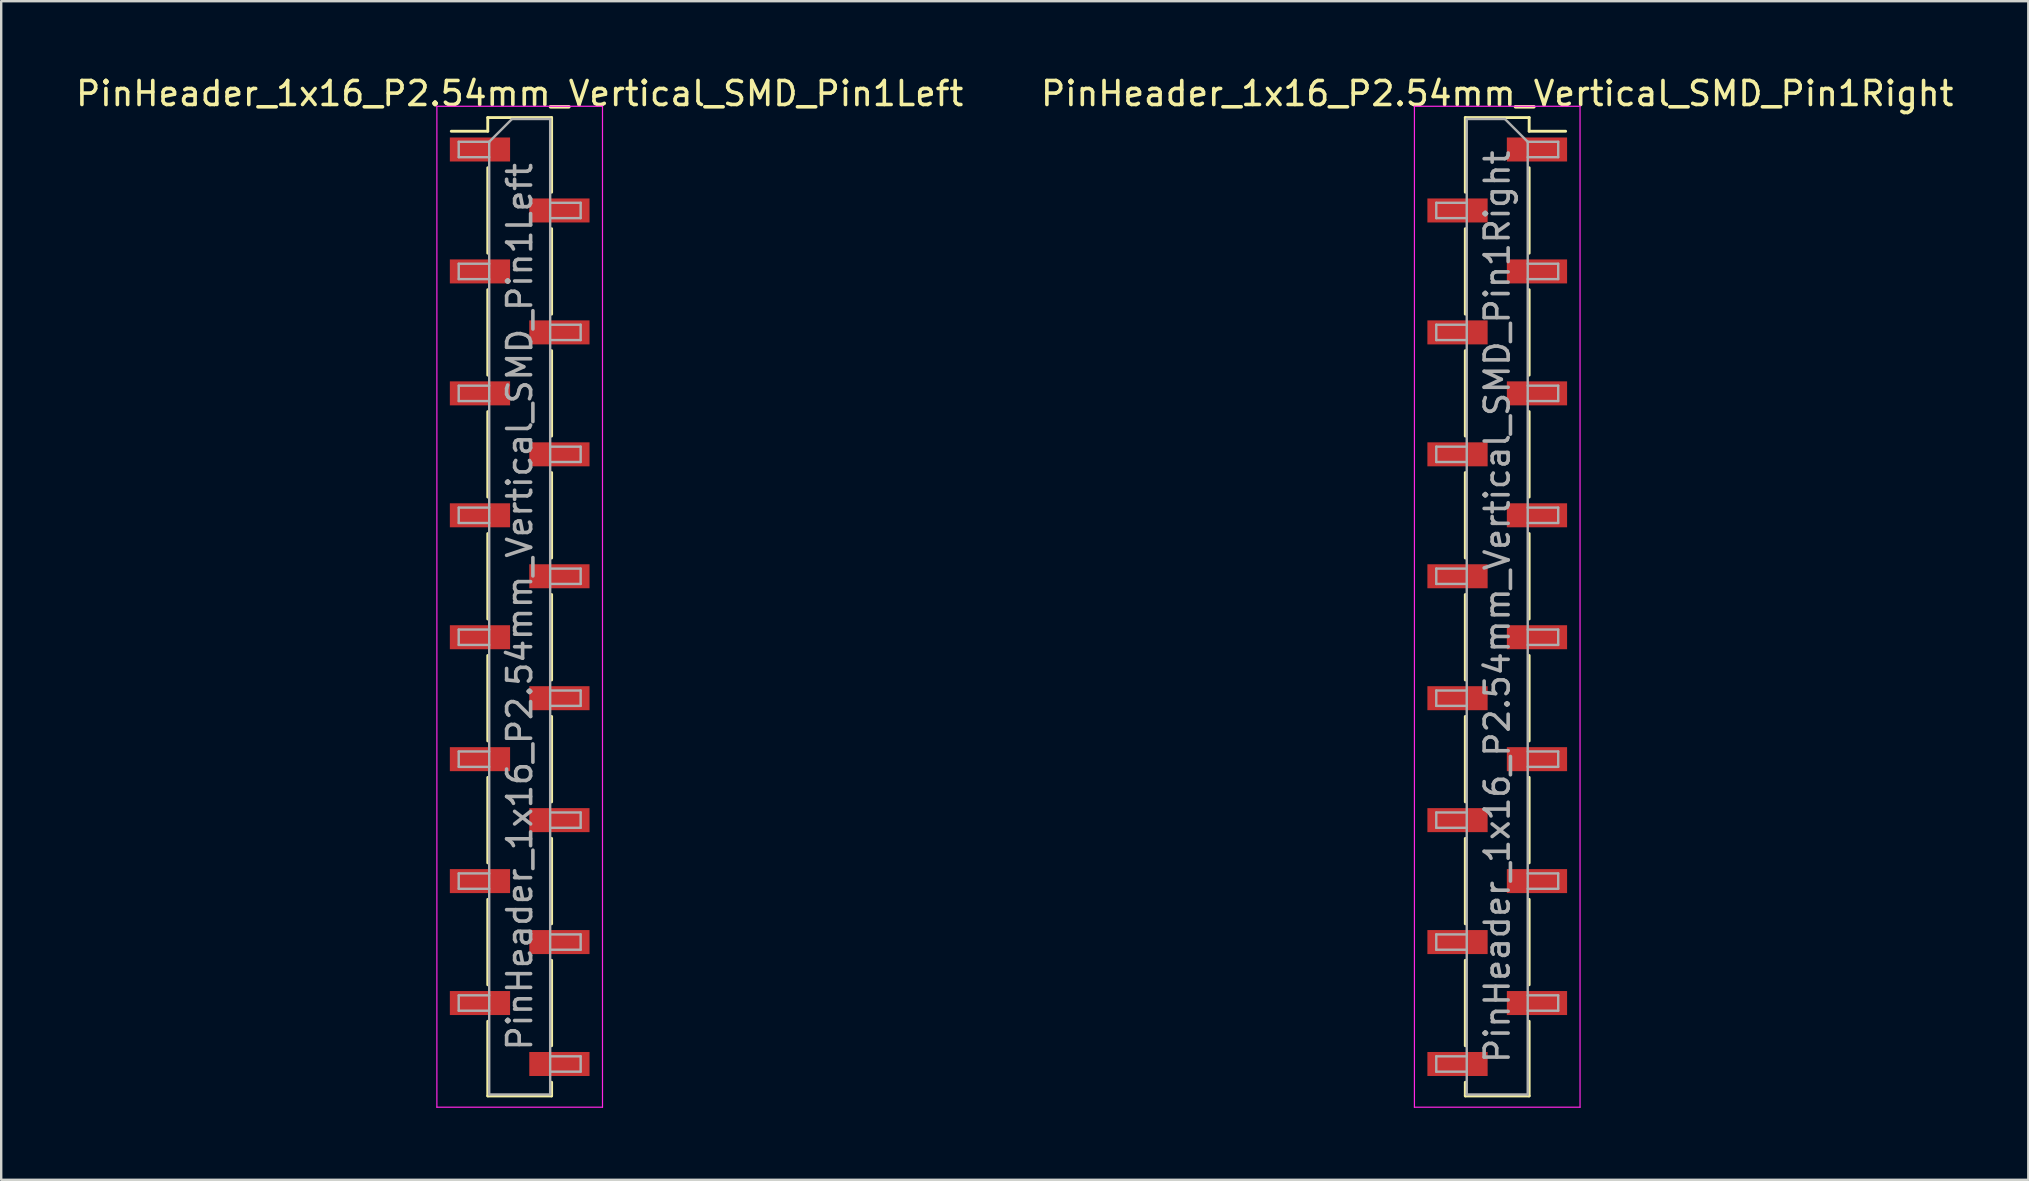
<source format=kicad_pcb>
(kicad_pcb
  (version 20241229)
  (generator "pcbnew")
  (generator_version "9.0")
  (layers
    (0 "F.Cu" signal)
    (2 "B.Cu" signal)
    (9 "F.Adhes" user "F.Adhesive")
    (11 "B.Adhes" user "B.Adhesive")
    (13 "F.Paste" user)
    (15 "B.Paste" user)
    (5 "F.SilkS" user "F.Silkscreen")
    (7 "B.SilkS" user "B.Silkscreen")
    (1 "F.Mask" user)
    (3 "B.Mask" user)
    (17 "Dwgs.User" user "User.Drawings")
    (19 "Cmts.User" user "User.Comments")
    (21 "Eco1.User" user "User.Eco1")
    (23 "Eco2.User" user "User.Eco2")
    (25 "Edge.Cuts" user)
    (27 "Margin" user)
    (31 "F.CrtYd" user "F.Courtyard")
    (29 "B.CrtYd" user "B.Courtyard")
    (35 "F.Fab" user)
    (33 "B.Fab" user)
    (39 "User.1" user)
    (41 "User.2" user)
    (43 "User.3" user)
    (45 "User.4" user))
  (footprint "PinHeader_1x16_P2.54mm_Vertical_SMD_Pin1Right"
    (layer "F.Cu")
    (at 59.327 22.228)
    (property "Reference" "PinHeader_1x16_P2.54mm_Vertical_SMD_Pin1Right" (at 0 -21.38 0) (layer "F.SilkS") (effects (font (size 1 1) (thickness 0.15))))
    (attr smd)
    (fp_line (start -1.33 -20.38) (end -1.33 -17.27) (stroke (width 0.12) (type solid)) (layer "F.SilkS"))
    (fp_line (start -1.33 -20.38) (end 1.33 -20.38) (stroke (width 0.12) (type solid)) (layer "F.SilkS"))
    (fp_line (start -1.33 -15.75) (end -1.33 -12.19) (stroke (width 0.12) (type solid)) (layer "F.SilkS"))
    (fp_line (start -1.33 -10.67) (end -1.33 -7.11) (stroke (width 0.12) (type solid)) (layer "F.SilkS"))
    (fp_line (start -1.33 -5.59) (end -1.33 -2.03) (stroke (width 0.12) (type solid)) (layer "F.SilkS"))
    (fp_line (start -1.33 -0.51) (end -1.33 3.05) (stroke (width 0.12) (type solid)) (layer "F.SilkS"))
    (fp_line (start -1.33 4.57) (end -1.33 8.13) (stroke (width 0.12) (type solid)) (layer "F.SilkS"))
    (fp_line (start -1.33 9.65) (end -1.33 13.21) (stroke (width 0.12) (type solid)) (layer "F.SilkS"))
    (fp_line (start -1.33 14.73) (end -1.33 18.29) (stroke (width 0.12) (type solid)) (layer "F.SilkS"))
    (fp_line (start -1.33 19.81) (end -1.33 20.38) (stroke (width 0.12) (type solid)) (layer "F.SilkS"))
    (fp_line (start -1.33 20.38) (end 1.33 20.38) (stroke (width 0.12) (type solid)) (layer "F.SilkS"))
    (fp_line (start 1.33 -20.38) (end 1.33 -19.81) (stroke (width 0.12) (type solid)) (layer "F.SilkS"))
    (fp_line (start 1.33 -19.81) (end 2.85 -19.81) (stroke (width 0.12) (type solid)) (layer "F.SilkS"))
    (fp_line (start 1.33 -18.29) (end 1.33 -14.73) (stroke (width 0.12) (type solid)) (layer "F.SilkS"))
    (fp_line (start 1.33 -13.21) (end 1.33 -9.65) (stroke (width 0.12) (type solid)) (layer "F.SilkS"))
    (fp_line (start 1.33 -8.13) (end 1.33 -4.57) (stroke (width 0.12) (type solid)) (layer "F.SilkS"))
    (fp_line (start 1.33 -3.05) (end 1.33 0.51) (stroke (width 0.12) (type solid)) (layer "F.SilkS"))
    (fp_line (start 1.33 2.03) (end 1.33 5.59) (stroke (width 0.12) (type solid)) (layer "F.SilkS"))
    (fp_line (start 1.33 7.11) (end 1.33 10.67) (stroke (width 0.12) (type solid)) (layer "F.SilkS"))
    (fp_line (start 1.33 12.19) (end 1.33 15.75) (stroke (width 0.12) (type solid)) (layer "F.SilkS"))
    (fp_line (start 1.33 17.27) (end 1.33 20.38) (stroke (width 0.12) (type solid)) (layer "F.SilkS"))
    (fp_line (start -3.45 -20.85) (end -3.45 20.85) (stroke (width 0.05) (type solid)) (layer "F.CrtYd"))
    (fp_line (start -3.45 20.85) (end 3.45 20.85) (stroke (width 0.05) (type solid)) (layer "F.CrtYd"))
    (fp_line (start 3.45 -20.85) (end -3.45 -20.85) (stroke (width 0.05) (type solid)) (layer "F.CrtYd"))
    (fp_line (start 3.45 20.85) (end 3.45 -20.85) (stroke (width 0.05) (type solid)) (layer "F.CrtYd"))
    (fp_line (start -2.54 -16.83) (end -2.54 -16.19) (stroke (width 0.1) (type solid)) (layer "F.Fab"))
    (fp_line (start -2.54 -16.19) (end -1.27 -16.19) (stroke (width 0.1) (type solid)) (layer "F.Fab"))
    (fp_line (start -2.54 -11.75) (end -2.54 -11.11) (stroke (width 0.1) (type solid)) (layer "F.Fab"))
    (fp_line (start -2.54 -11.11) (end -1.27 -11.11) (stroke (width 0.1) (type solid)) (layer "F.Fab"))
    (fp_line (start -2.54 -6.67) (end -2.54 -6.03) (stroke (width 0.1) (type solid)) (layer "F.Fab"))
    (fp_line (start -2.54 -6.03) (end -1.27 -6.03) (stroke (width 0.1) (type solid)) (layer "F.Fab"))
    (fp_line (start -2.54 -1.59) (end -2.54 -0.95) (stroke (width 0.1) (type solid)) (layer "F.Fab"))
    (fp_line (start -2.54 -0.95) (end -1.27 -0.95) (stroke (width 0.1) (type solid)) (layer "F.Fab"))
    (fp_line (start -2.54 3.49) (end -2.54 4.13) (stroke (width 0.1) (type solid)) (layer "F.Fab"))
    (fp_line (start -2.54 4.13) (end -1.27 4.13) (stroke (width 0.1) (type solid)) (layer "F.Fab"))
    (fp_line (start -2.54 8.57) (end -2.54 9.21) (stroke (width 0.1) (type solid)) (layer "F.Fab"))
    (fp_line (start -2.54 9.21) (end -1.27 9.21) (stroke (width 0.1) (type solid)) (layer "F.Fab"))
    (fp_line (start -2.54 13.65) (end -2.54 14.29) (stroke (width 0.1) (type solid)) (layer "F.Fab"))
    (fp_line (start -2.54 14.29) (end -1.27 14.29) (stroke (width 0.1) (type solid)) (layer "F.Fab"))
    (fp_line (start -2.54 18.73) (end -2.54 19.37) (stroke (width 0.1) (type solid)) (layer "F.Fab"))
    (fp_line (start -2.54 19.37) (end -1.27 19.37) (stroke (width 0.1) (type solid)) (layer "F.Fab"))
    (fp_line (start -1.27 -20.32) (end -1.27 20.32) (stroke (width 0.1) (type solid)) (layer "F.Fab"))
    (fp_line (start -1.27 -20.32) (end 0.32 -20.32) (stroke (width 0.1) (type solid)) (layer "F.Fab"))
    (fp_line (start -1.27 -16.83) (end -2.54 -16.83) (stroke (width 0.1) (type solid)) (layer "F.Fab"))
    (fp_line (start -1.27 -11.75) (end -2.54 -11.75) (stroke (width 0.1) (type solid)) (layer "F.Fab"))
    (fp_line (start -1.27 -6.67) (end -2.54 -6.67) (stroke (width 0.1) (type solid)) (layer "F.Fab"))
    (fp_line (start -1.27 -1.59) (end -2.54 -1.59) (stroke (width 0.1) (type solid)) (layer "F.Fab"))
    (fp_line (start -1.27 3.49) (end -2.54 3.49) (stroke (width 0.1) (type solid)) (layer "F.Fab"))
    (fp_line (start -1.27 8.57) (end -2.54 8.57) (stroke (width 0.1) (type solid)) (layer "F.Fab"))
    (fp_line (start -1.27 13.65) (end -2.54 13.65) (stroke (width 0.1) (type solid)) (layer "F.Fab"))
    (fp_line (start -1.27 18.73) (end -2.54 18.73) (stroke (width 0.1) (type solid)) (layer "F.Fab"))
    (fp_line (start 1.27 -19.37) (end 0.32 -20.32) (stroke (width 0.1) (type solid)) (layer "F.Fab"))
    (fp_line (start 1.27 -19.37) (end 2.54 -19.37) (stroke (width 0.1) (type solid)) (layer "F.Fab"))
    (fp_line (start 1.27 -14.29) (end 2.54 -14.29) (stroke (width 0.1) (type solid)) (layer "F.Fab"))
    (fp_line (start 1.27 -9.21) (end 2.54 -9.21) (stroke (width 0.1) (type solid)) (layer "F.Fab"))
    (fp_line (start 1.27 -4.13) (end 2.54 -4.13) (stroke (width 0.1) (type solid)) (layer "F.Fab"))
    (fp_line (start 1.27 0.95) (end 2.54 0.95) (stroke (width 0.1) (type solid)) (layer "F.Fab"))
    (fp_line (start 1.27 6.03) (end 2.54 6.03) (stroke (width 0.1) (type solid)) (layer "F.Fab"))
    (fp_line (start 1.27 11.11) (end 2.54 11.11) (stroke (width 0.1) (type solid)) (layer "F.Fab"))
    (fp_line (start 1.27 16.19) (end 2.54 16.19) (stroke (width 0.1) (type solid)) (layer "F.Fab"))
    (fp_line (start 1.27 20.32) (end -1.27 20.32) (stroke (width 0.1) (type solid)) (layer "F.Fab"))
    (fp_line (start 1.27 20.32) (end 1.27 -19.37) (stroke (width 0.1) (type solid)) (layer "F.Fab"))
    (fp_line (start 2.54 -19.37) (end 2.54 -18.73) (stroke (width 0.1) (type solid)) (layer "F.Fab"))
    (fp_line (start 2.54 -18.73) (end 1.27 -18.73) (stroke (width 0.1) (type solid)) (layer "F.Fab"))
    (fp_line (start 2.54 -14.29) (end 2.54 -13.65) (stroke (width 0.1) (type solid)) (layer "F.Fab"))
    (fp_line (start 2.54 -13.65) (end 1.27 -13.65) (stroke (width 0.1) (type solid)) (layer "F.Fab"))
    (fp_line (start 2.54 -9.21) (end 2.54 -8.57) (stroke (width 0.1) (type solid)) (layer "F.Fab"))
    (fp_line (start 2.54 -8.57) (end 1.27 -8.57) (stroke (width 0.1) (type solid)) (layer "F.Fab"))
    (fp_line (start 2.54 -4.13) (end 2.54 -3.49) (stroke (width 0.1) (type solid)) (layer "F.Fab"))
    (fp_line (start 2.54 -3.49) (end 1.27 -3.49) (stroke (width 0.1) (type solid)) (layer "F.Fab"))
    (fp_line (start 2.54 0.95) (end 2.54 1.59) (stroke (width 0.1) (type solid)) (layer "F.Fab"))
    (fp_line (start 2.54 1.59) (end 1.27 1.59) (stroke (width 0.1) (type solid)) (layer "F.Fab"))
    (fp_line (start 2.54 6.03) (end 2.54 6.67) (stroke (width 0.1) (type solid)) (layer "F.Fab"))
    (fp_line (start 2.54 6.67) (end 1.27 6.67) (stroke (width 0.1) (type solid)) (layer "F.Fab"))
    (fp_line (start 2.54 11.11) (end 2.54 11.75) (stroke (width 0.1) (type solid)) (layer "F.Fab"))
    (fp_line (start 2.54 11.75) (end 1.27 11.75) (stroke (width 0.1) (type solid)) (layer "F.Fab"))
    (fp_line (start 2.54 16.19) (end 2.54 16.83) (stroke (width 0.1) (type solid)) (layer "F.Fab"))
    (fp_line (start 2.54 16.83) (end 1.27 16.83) (stroke (width 0.1) (type solid)) (layer "F.Fab"))
    (fp_text user "${REFERENCE}" (at 0 0 90) (layer "F.Fab") (effects (font (size 1 1) (thickness 0.15))))
    (pad "1" smd rect (at 1.655 -19.05) (size 2.51 1) (layers "F.Cu" "F.Mask" "F.Paste"))
    (pad "2" smd rect (at -1.655 -16.51) (size 2.51 1) (layers "F.Cu" "F.Mask" "F.Paste"))
    (pad "3" smd rect (at 1.655 -13.97) (size 2.51 1) (layers "F.Cu" "F.Mask" "F.Paste"))
    (pad "4" smd rect (at -1.655 -11.43) (size 2.51 1) (layers "F.Cu" "F.Mask" "F.Paste"))
    (pad "5" smd rect (at 1.655 -8.89) (size 2.51 1) (layers "F.Cu" "F.Mask" "F.Paste"))
    (pad "6" smd rect (at -1.655 -6.35) (size 2.51 1) (layers "F.Cu" "F.Mask" "F.Paste"))
    (pad "7" smd rect (at 1.655 -3.81) (size 2.51 1) (layers "F.Cu" "F.Mask" "F.Paste"))
    (pad "8" smd rect (at -1.655 -1.27) (size 2.51 1) (layers "F.Cu" "F.Mask" "F.Paste"))
    (pad "9" smd rect (at 1.655 1.27) (size 2.51 1) (layers "F.Cu" "F.Mask" "F.Paste"))
    (pad "10" smd rect (at -1.655 3.81) (size 2.51 1) (layers "F.Cu" "F.Mask" "F.Paste"))
    (pad "11" smd rect (at 1.655 6.35) (size 2.51 1) (layers "F.Cu" "F.Mask" "F.Paste"))
    (pad "12" smd rect (at -1.655 8.89) (size 2.51 1) (layers "F.Cu" "F.Mask" "F.Paste"))
    (pad "13" smd rect (at 1.655 11.43) (size 2.51 1) (layers "F.Cu" "F.Mask" "F.Paste"))
    (pad "14" smd rect (at -1.655 13.97) (size 2.51 1) (layers "F.Cu" "F.Mask" "F.Paste"))
    (pad "15" smd rect (at 1.655 16.51) (size 2.51 1) (layers "F.Cu" "F.Mask" "F.Paste"))
    (pad "16" smd rect (at -1.655 19.05) (size 2.51 1) (layers "F.Cu" "F.Mask" "F.Paste")))
  (footprint "PinHeader_1x16_P2.54mm_Vertical_SMD_Pin1Left"
    (layer "F.Cu")
    (at 18.601 22.228)
    (property "Reference" "PinHeader_1x16_P2.54mm_Vertical_SMD_Pin1Left" (at 0 -21.38 0) (layer "F.SilkS") (effects (font (size 1 1) (thickness 0.15))))
    (attr smd)
    (fp_line (start -1.33 -20.38) (end -1.33 -19.81) (stroke (width 0.12) (type solid)) (layer "F.SilkS"))
    (fp_line (start -1.33 -20.38) (end 1.33 -20.38) (stroke (width 0.12) (type solid)) (layer "F.SilkS"))
    (fp_line (start -1.33 -19.81) (end -2.85 -19.81) (stroke (width 0.12) (type solid)) (layer "F.SilkS"))
    (fp_line (start -1.33 -18.29) (end -1.33 -14.73) (stroke (width 0.12) (type solid)) (layer "F.SilkS"))
    (fp_line (start -1.33 -13.21) (end -1.33 -9.65) (stroke (width 0.12) (type solid)) (layer "F.SilkS"))
    (fp_line (start -1.33 -8.13) (end -1.33 -4.57) (stroke (width 0.12) (type solid)) (layer "F.SilkS"))
    (fp_line (start -1.33 -3.05) (end -1.33 0.51) (stroke (width 0.12) (type solid)) (layer "F.SilkS"))
    (fp_line (start -1.33 2.03) (end -1.33 5.59) (stroke (width 0.12) (type solid)) (layer "F.SilkS"))
    (fp_line (start -1.33 7.11) (end -1.33 10.67) (stroke (width 0.12) (type solid)) (layer "F.SilkS"))
    (fp_line (start -1.33 12.19) (end -1.33 15.75) (stroke (width 0.12) (type solid)) (layer "F.SilkS"))
    (fp_line (start -1.33 17.27) (end -1.33 20.38) (stroke (width 0.12) (type solid)) (layer "F.SilkS"))
    (fp_line (start -1.33 20.38) (end 1.33 20.38) (stroke (width 0.12) (type solid)) (layer "F.SilkS"))
    (fp_line (start 1.33 -20.38) (end 1.33 -17.27) (stroke (width 0.12) (type solid)) (layer "F.SilkS"))
    (fp_line (start 1.33 -15.75) (end 1.33 -12.19) (stroke (width 0.12) (type solid)) (layer "F.SilkS"))
    (fp_line (start 1.33 -10.67) (end 1.33 -7.11) (stroke (width 0.12) (type solid)) (layer "F.SilkS"))
    (fp_line (start 1.33 -5.59) (end 1.33 -2.03) (stroke (width 0.12) (type solid)) (layer "F.SilkS"))
    (fp_line (start 1.33 -0.51) (end 1.33 3.05) (stroke (width 0.12) (type solid)) (layer "F.SilkS"))
    (fp_line (start 1.33 4.57) (end 1.33 8.13) (stroke (width 0.12) (type solid)) (layer "F.SilkS"))
    (fp_line (start 1.33 9.65) (end 1.33 13.21) (stroke (width 0.12) (type solid)) (layer "F.SilkS"))
    (fp_line (start 1.33 14.73) (end 1.33 18.29) (stroke (width 0.12) (type solid)) (layer "F.SilkS"))
    (fp_line (start 1.33 19.81) (end 1.33 20.38) (stroke (width 0.12) (type solid)) (layer "F.SilkS"))
    (fp_line (start -3.45 -20.85) (end -3.45 20.85) (stroke (width 0.05) (type solid)) (layer "F.CrtYd"))
    (fp_line (start -3.45 20.85) (end 3.45 20.85) (stroke (width 0.05) (type solid)) (layer "F.CrtYd"))
    (fp_line (start 3.45 -20.85) (end -3.45 -20.85) (stroke (width 0.05) (type solid)) (layer "F.CrtYd"))
    (fp_line (start 3.45 20.85) (end 3.45 -20.85) (stroke (width 0.05) (type solid)) (layer "F.CrtYd"))
    (fp_line (start -2.54 -19.37) (end -2.54 -18.73) (stroke (width 0.1) (type solid)) (layer "F.Fab"))
    (fp_line (start -2.54 -18.73) (end -1.27 -18.73) (stroke (width 0.1) (type solid)) (layer "F.Fab"))
    (fp_line (start -2.54 -14.29) (end -2.54 -13.65) (stroke (width 0.1) (type solid)) (layer "F.Fab"))
    (fp_line (start -2.54 -13.65) (end -1.27 -13.65) (stroke (width 0.1) (type solid)) (layer "F.Fab"))
    (fp_line (start -2.54 -9.21) (end -2.54 -8.57) (stroke (width 0.1) (type solid)) (layer "F.Fab"))
    (fp_line (start -2.54 -8.57) (end -1.27 -8.57) (stroke (width 0.1) (type solid)) (layer "F.Fab"))
    (fp_line (start -2.54 -4.13) (end -2.54 -3.49) (stroke (width 0.1) (type solid)) (layer "F.Fab"))
    (fp_line (start -2.54 -3.49) (end -1.27 -3.49) (stroke (width 0.1) (type solid)) (layer "F.Fab"))
    (fp_line (start -2.54 0.95) (end -2.54 1.59) (stroke (width 0.1) (type solid)) (layer "F.Fab"))
    (fp_line (start -2.54 1.59) (end -1.27 1.59) (stroke (width 0.1) (type solid)) (layer "F.Fab"))
    (fp_line (start -2.54 6.03) (end -2.54 6.67) (stroke (width 0.1) (type solid)) (layer "F.Fab"))
    (fp_line (start -2.54 6.67) (end -1.27 6.67) (stroke (width 0.1) (type solid)) (layer "F.Fab"))
    (fp_line (start -2.54 11.11) (end -2.54 11.75) (stroke (width 0.1) (type solid)) (layer "F.Fab"))
    (fp_line (start -2.54 11.75) (end -1.27 11.75) (stroke (width 0.1) (type solid)) (layer "F.Fab"))
    (fp_line (start -2.54 16.19) (end -2.54 16.83) (stroke (width 0.1) (type solid)) (layer "F.Fab"))
    (fp_line (start -2.54 16.83) (end -1.27 16.83) (stroke (width 0.1) (type solid)) (layer "F.Fab"))
    (fp_line (start -1.27 -19.37) (end -2.54 -19.37) (stroke (width 0.1) (type solid)) (layer "F.Fab"))
    (fp_line (start -1.27 -19.37) (end -0.32 -20.32) (stroke (width 0.1) (type solid)) (layer "F.Fab"))
    (fp_line (start -1.27 -14.29) (end -2.54 -14.29) (stroke (width 0.1) (type solid)) (layer "F.Fab"))
    (fp_line (start -1.27 -9.21) (end -2.54 -9.21) (stroke (width 0.1) (type solid)) (layer "F.Fab"))
    (fp_line (start -1.27 -4.13) (end -2.54 -4.13) (stroke (width 0.1) (type solid)) (layer "F.Fab"))
    (fp_line (start -1.27 0.95) (end -2.54 0.95) (stroke (width 0.1) (type solid)) (layer "F.Fab"))
    (fp_line (start -1.27 6.03) (end -2.54 6.03) (stroke (width 0.1) (type solid)) (layer "F.Fab"))
    (fp_line (start -1.27 11.11) (end -2.54 11.11) (stroke (width 0.1) (type solid)) (layer "F.Fab"))
    (fp_line (start -1.27 16.19) (end -2.54 16.19) (stroke (width 0.1) (type solid)) (layer "F.Fab"))
    (fp_line (start -1.27 20.32) (end -1.27 -19.37) (stroke (width 0.1) (type solid)) (layer "F.Fab"))
    (fp_line (start -0.32 -20.32) (end 1.27 -20.32) (stroke (width 0.1) (type solid)) (layer "F.Fab"))
    (fp_line (start 1.27 -20.32) (end 1.27 20.32) (stroke (width 0.1) (type solid)) (layer "F.Fab"))
    (fp_line (start 1.27 -16.83) (end 2.54 -16.83) (stroke (width 0.1) (type solid)) (layer "F.Fab"))
    (fp_line (start 1.27 -11.75) (end 2.54 -11.75) (stroke (width 0.1) (type solid)) (layer "F.Fab"))
    (fp_line (start 1.27 -6.67) (end 2.54 -6.67) (stroke (width 0.1) (type solid)) (layer "F.Fab"))
    (fp_line (start 1.27 -1.59) (end 2.54 -1.59) (stroke (width 0.1) (type solid)) (layer "F.Fab"))
    (fp_line (start 1.27 3.49) (end 2.54 3.49) (stroke (width 0.1) (type solid)) (layer "F.Fab"))
    (fp_line (start 1.27 8.57) (end 2.54 8.57) (stroke (width 0.1) (type solid)) (layer "F.Fab"))
    (fp_line (start 1.27 13.65) (end 2.54 13.65) (stroke (width 0.1) (type solid)) (layer "F.Fab"))
    (fp_line (start 1.27 18.73) (end 2.54 18.73) (stroke (width 0.1) (type solid)) (layer "F.Fab"))
    (fp_line (start 1.27 20.32) (end -1.27 20.32) (stroke (width 0.1) (type solid)) (layer "F.Fab"))
    (fp_line (start 2.54 -16.83) (end 2.54 -16.19) (stroke (width 0.1) (type solid)) (layer "F.Fab"))
    (fp_line (start 2.54 -16.19) (end 1.27 -16.19) (stroke (width 0.1) (type solid)) (layer "F.Fab"))
    (fp_line (start 2.54 -11.75) (end 2.54 -11.11) (stroke (width 0.1) (type solid)) (layer "F.Fab"))
    (fp_line (start 2.54 -11.11) (end 1.27 -11.11) (stroke (width 0.1) (type solid)) (layer "F.Fab"))
    (fp_line (start 2.54 -6.67) (end 2.54 -6.03) (stroke (width 0.1) (type solid)) (layer "F.Fab"))
    (fp_line (start 2.54 -6.03) (end 1.27 -6.03) (stroke (width 0.1) (type solid)) (layer "F.Fab"))
    (fp_line (start 2.54 -1.59) (end 2.54 -0.95) (stroke (width 0.1) (type solid)) (layer "F.Fab"))
    (fp_line (start 2.54 -0.95) (end 1.27 -0.95) (stroke (width 0.1) (type solid)) (layer "F.Fab"))
    (fp_line (start 2.54 3.49) (end 2.54 4.13) (stroke (width 0.1) (type solid)) (layer "F.Fab"))
    (fp_line (start 2.54 4.13) (end 1.27 4.13) (stroke (width 0.1) (type solid)) (layer "F.Fab"))
    (fp_line (start 2.54 8.57) (end 2.54 9.21) (stroke (width 0.1) (type solid)) (layer "F.Fab"))
    (fp_line (start 2.54 9.21) (end 1.27 9.21) (stroke (width 0.1) (type solid)) (layer "F.Fab"))
    (fp_line (start 2.54 13.65) (end 2.54 14.29) (stroke (width 0.1) (type solid)) (layer "F.Fab"))
    (fp_line (start 2.54 14.29) (end 1.27 14.29) (stroke (width 0.1) (type solid)) (layer "F.Fab"))
    (fp_line (start 2.54 18.73) (end 2.54 19.37) (stroke (width 0.1) (type solid)) (layer "F.Fab"))
    (fp_line (start 2.54 19.37) (end 1.27 19.37) (stroke (width 0.1) (type solid)) (layer "F.Fab"))
    (fp_text user "${REFERENCE}" (at 0 0 90) (layer "F.Fab") (effects (font (size 1 1) (thickness 0.15))))
    (pad "1" smd rect (at -1.655 -19.05) (size 2.51 1) (layers "F.Cu" "F.Mask" "F.Paste"))
    (pad "2" smd rect (at 1.655 -16.51) (size 2.51 1) (layers "F.Cu" "F.Mask" "F.Paste"))
    (pad "3" smd rect (at -1.655 -13.97) (size 2.51 1) (layers "F.Cu" "F.Mask" "F.Paste"))
    (pad "4" smd rect (at 1.655 -11.43) (size 2.51 1) (layers "F.Cu" "F.Mask" "F.Paste"))
    (pad "5" smd rect (at -1.655 -8.89) (size 2.51 1) (layers "F.Cu" "F.Mask" "F.Paste"))
    (pad "6" smd rect (at 1.655 -6.35) (size 2.51 1) (layers "F.Cu" "F.Mask" "F.Paste"))
    (pad "7" smd rect (at -1.655 -3.81) (size 2.51 1) (layers "F.Cu" "F.Mask" "F.Paste"))
    (pad "8" smd rect (at 1.655 -1.27) (size 2.51 1) (layers "F.Cu" "F.Mask" "F.Paste"))
    (pad "9" smd rect (at -1.655 1.27) (size 2.51 1) (layers "F.Cu" "F.Mask" "F.Paste"))
    (pad "10" smd rect (at 1.655 3.81) (size 2.51 1) (layers "F.Cu" "F.Mask" "F.Paste"))
    (pad "11" smd rect (at -1.655 6.35) (size 2.51 1) (layers "F.Cu" "F.Mask" "F.Paste"))
    (pad "12" smd rect (at 1.655 8.89) (size 2.51 1) (layers "F.Cu" "F.Mask" "F.Paste"))
    (pad "13" smd rect (at -1.655 11.43) (size 2.51 1) (layers "F.Cu" "F.Mask" "F.Paste"))
    (pad "14" smd rect (at 1.655 13.97) (size 2.51 1) (layers "F.Cu" "F.Mask" "F.Paste"))
    (pad "15" smd rect (at -1.655 16.51) (size 2.51 1) (layers "F.Cu" "F.Mask" "F.Paste"))
    (pad "16" smd rect (at 1.655 19.05) (size 2.51 1) (layers "F.Cu" "F.Mask" "F.Paste")))
  (gr_rect
    (start -3 -3)
    (end 81.452 46.103)
    (stroke (width 0.1) (type default))
    (fill no)
    (layer "Edge.Cuts")))
</source>
